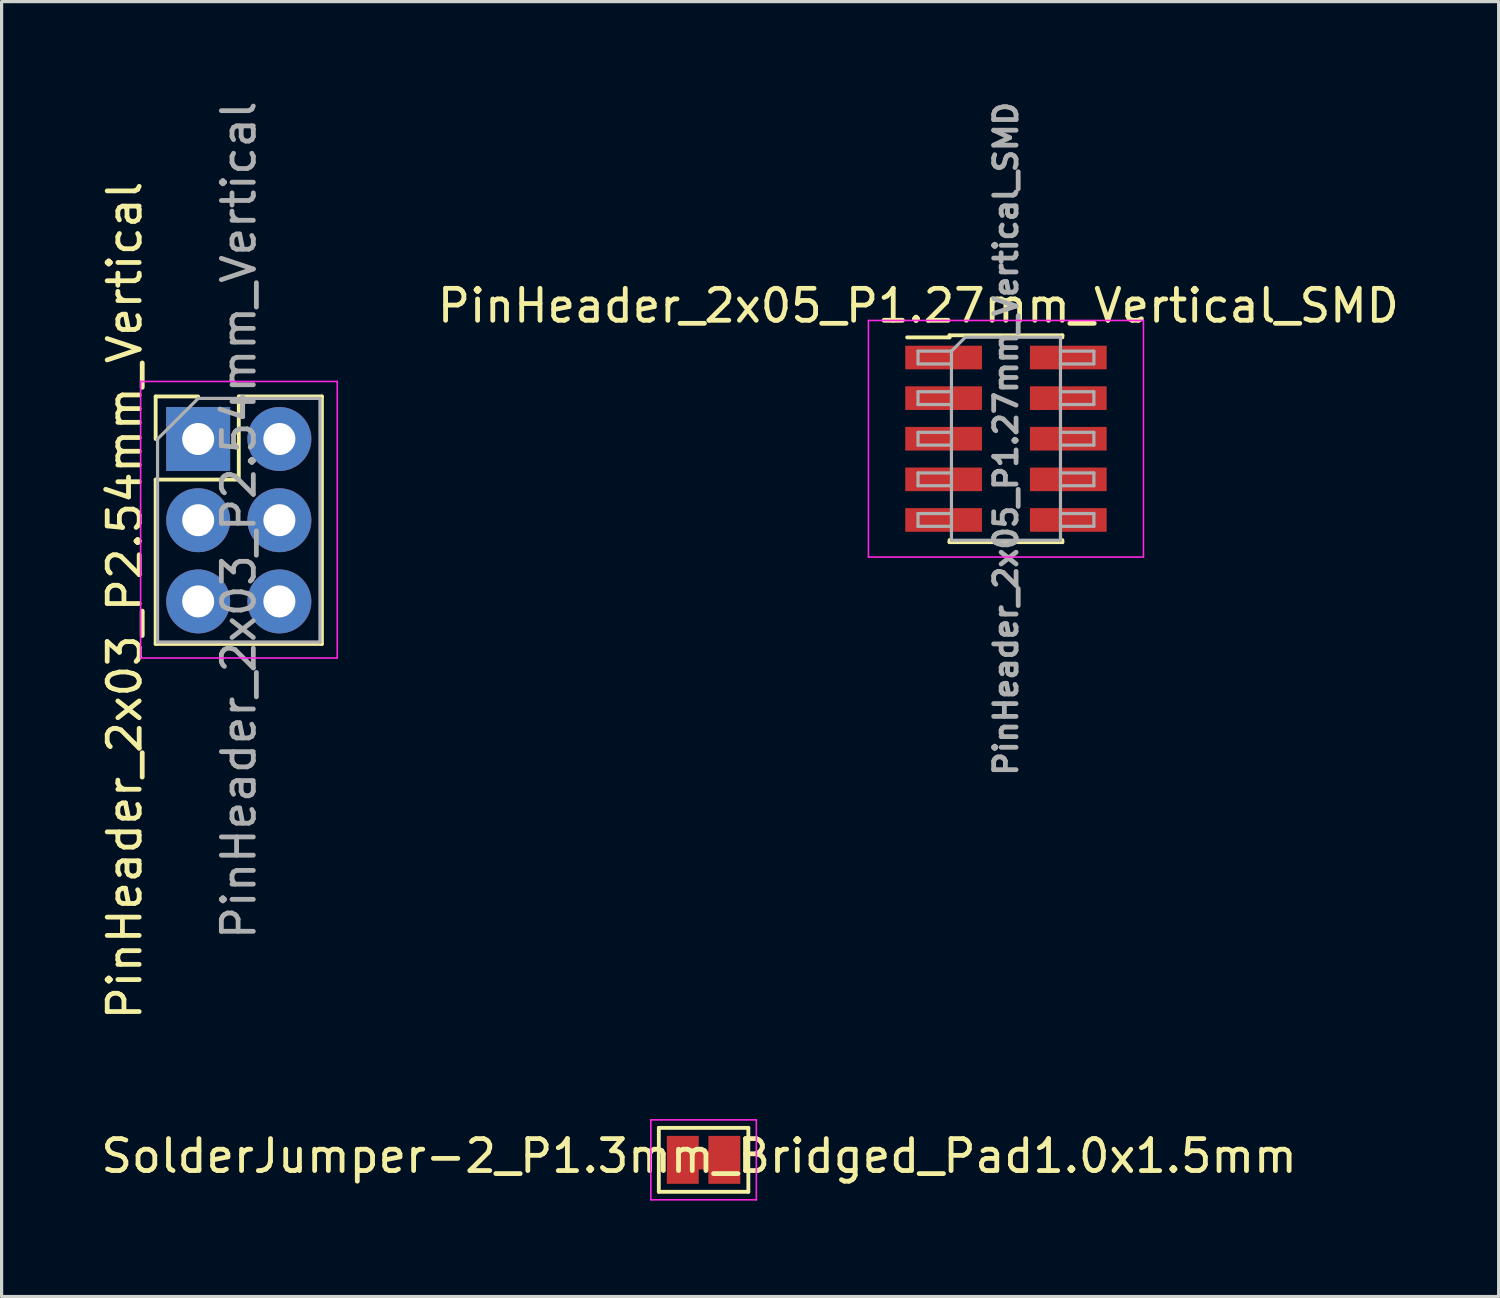
<source format=kicad_pcb>
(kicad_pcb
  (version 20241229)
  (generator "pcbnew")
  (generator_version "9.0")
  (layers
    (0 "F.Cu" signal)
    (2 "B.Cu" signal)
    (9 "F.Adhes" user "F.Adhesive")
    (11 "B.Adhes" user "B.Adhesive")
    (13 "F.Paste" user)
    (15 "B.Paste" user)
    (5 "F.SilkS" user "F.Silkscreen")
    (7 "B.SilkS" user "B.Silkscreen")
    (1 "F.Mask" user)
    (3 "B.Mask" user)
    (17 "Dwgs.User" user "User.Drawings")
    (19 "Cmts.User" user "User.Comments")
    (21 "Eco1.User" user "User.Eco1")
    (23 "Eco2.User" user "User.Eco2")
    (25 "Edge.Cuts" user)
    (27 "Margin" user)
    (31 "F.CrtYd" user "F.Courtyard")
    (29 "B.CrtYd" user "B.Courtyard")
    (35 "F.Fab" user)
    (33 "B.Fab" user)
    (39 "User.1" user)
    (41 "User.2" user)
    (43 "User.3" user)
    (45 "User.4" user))
  (footprint "PinHeader_2x05_P1.27mm_Vertical_SMD"
    (layer "F.Cu")
    (at 28.412 10.672)
    (property "Reference" "PinHeader_2x05_P1.27mm_Vertical_SMD" (at -2.74 -4.16 0) (layer "F.SilkS") (effects (font (size 1 1) (thickness 0.15))))
    (attr smd)
    (fp_line (start -3.09 -3.17) (end -1.765 -3.17) (stroke (width 0.12) (type solid)) (layer "F.SilkS"))
    (fp_line (start -1.765 -3.235) (end -1.765 -3.17) (stroke (width 0.12) (type solid)) (layer "F.SilkS"))
    (fp_line (start -1.765 -3.235) (end 1.765 -3.235) (stroke (width 0.12) (type solid)) (layer "F.SilkS"))
    (fp_line (start -1.765 3.17) (end -1.765 3.235) (stroke (width 0.12) (type solid)) (layer "F.SilkS"))
    (fp_line (start -1.765 3.235) (end 1.765 3.235) (stroke (width 0.12) (type solid)) (layer "F.SilkS"))
    (fp_line (start 1.765 -3.235) (end 1.765 -3.17) (stroke (width 0.12) (type solid)) (layer "F.SilkS"))
    (fp_line (start 1.765 3.17) (end 1.765 3.235) (stroke (width 0.12) (type solid)) (layer "F.SilkS"))
    (fp_line (start -4.3 -3.7) (end -4.3 3.7) (stroke (width 0.05) (type solid)) (layer "F.CrtYd"))
    (fp_line (start -4.3 3.7) (end 4.3 3.7) (stroke (width 0.05) (type solid)) (layer "F.CrtYd"))
    (fp_line (start 4.3 -3.7) (end -4.3 -3.7) (stroke (width 0.05) (type solid)) (layer "F.CrtYd"))
    (fp_line (start 4.3 3.7) (end 4.3 -3.7) (stroke (width 0.05) (type solid)) (layer "F.CrtYd"))
    (fp_line (start -2.75 -2.74) (end -2.75 -2.34) (stroke (width 0.1) (type solid)) (layer "F.Fab"))
    (fp_line (start -2.75 -2.34) (end -1.705 -2.34) (stroke (width 0.1) (type solid)) (layer "F.Fab"))
    (fp_line (start -2.75 -1.47) (end -2.75 -1.07) (stroke (width 0.1) (type solid)) (layer "F.Fab"))
    (fp_line (start -2.75 -1.07) (end -1.705 -1.07) (stroke (width 0.1) (type solid)) (layer "F.Fab"))
    (fp_line (start -2.75 -0.2) (end -2.75 0.2) (stroke (width 0.1) (type solid)) (layer "F.Fab"))
    (fp_line (start -2.75 0.2) (end -1.705 0.2) (stroke (width 0.1) (type solid)) (layer "F.Fab"))
    (fp_line (start -2.75 1.07) (end -2.75 1.47) (stroke (width 0.1) (type solid)) (layer "F.Fab"))
    (fp_line (start -2.75 1.47) (end -1.705 1.47) (stroke (width 0.1) (type solid)) (layer "F.Fab"))
    (fp_line (start -2.75 2.34) (end -2.75 2.74) (stroke (width 0.1) (type solid)) (layer "F.Fab"))
    (fp_line (start -2.75 2.74) (end -1.705 2.74) (stroke (width 0.1) (type solid)) (layer "F.Fab"))
    (fp_line (start -1.705 -2.74) (end -2.75 -2.74) (stroke (width 0.1) (type solid)) (layer "F.Fab"))
    (fp_line (start -1.705 -2.74) (end -1.27 -3.175) (stroke (width 0.1) (type solid)) (layer "F.Fab"))
    (fp_line (start -1.705 -1.47) (end -2.75 -1.47) (stroke (width 0.1) (type solid)) (layer "F.Fab"))
    (fp_line (start -1.705 -0.2) (end -2.75 -0.2) (stroke (width 0.1) (type solid)) (layer "F.Fab"))
    (fp_line (start -1.705 1.07) (end -2.75 1.07) (stroke (width 0.1) (type solid)) (layer "F.Fab"))
    (fp_line (start -1.705 2.34) (end -2.75 2.34) (stroke (width 0.1) (type solid)) (layer "F.Fab"))
    (fp_line (start -1.705 3.175) (end -1.705 -2.74) (stroke (width 0.1) (type solid)) (layer "F.Fab"))
    (fp_line (start -1.27 -3.175) (end 1.705 -3.175) (stroke (width 0.1) (type solid)) (layer "F.Fab"))
    (fp_line (start 1.705 -3.175) (end 1.705 3.175) (stroke (width 0.1) (type solid)) (layer "F.Fab"))
    (fp_line (start 1.705 -2.74) (end 2.75 -2.74) (stroke (width 0.1) (type solid)) (layer "F.Fab"))
    (fp_line (start 1.705 -1.47) (end 2.75 -1.47) (stroke (width 0.1) (type solid)) (layer "F.Fab"))
    (fp_line (start 1.705 -0.2) (end 2.75 -0.2) (stroke (width 0.1) (type solid)) (layer "F.Fab"))
    (fp_line (start 1.705 1.07) (end 2.75 1.07) (stroke (width 0.1) (type solid)) (layer "F.Fab"))
    (fp_line (start 1.705 2.34) (end 2.75 2.34) (stroke (width 0.1) (type solid)) (layer "F.Fab"))
    (fp_line (start 1.705 3.175) (end -1.705 3.175) (stroke (width 0.1) (type solid)) (layer "F.Fab"))
    (fp_line (start 2.75 -2.74) (end 2.75 -2.34) (stroke (width 0.1) (type solid)) (layer "F.Fab"))
    (fp_line (start 2.75 -2.34) (end 1.705 -2.34) (stroke (width 0.1) (type solid)) (layer "F.Fab"))
    (fp_line (start 2.75 -1.47) (end 2.75 -1.07) (stroke (width 0.1) (type solid)) (layer "F.Fab"))
    (fp_line (start 2.75 -1.07) (end 1.705 -1.07) (stroke (width 0.1) (type solid)) (layer "F.Fab"))
    (fp_line (start 2.75 -0.2) (end 2.75 0.2) (stroke (width 0.1) (type solid)) (layer "F.Fab"))
    (fp_line (start 2.75 0.2) (end 1.705 0.2) (stroke (width 0.1) (type solid)) (layer "F.Fab"))
    (fp_line (start 2.75 1.07) (end 2.75 1.47) (stroke (width 0.1) (type solid)) (layer "F.Fab"))
    (fp_line (start 2.75 1.47) (end 1.705 1.47) (stroke (width 0.1) (type solid)) (layer "F.Fab"))
    (fp_line (start 2.75 2.34) (end 2.75 2.74) (stroke (width 0.1) (type solid)) (layer "F.Fab"))
    (fp_line (start 2.75 2.74) (end 1.705 2.74) (stroke (width 0.1) (type solid)) (layer "F.Fab"))
    (fp_text user "${REFERENCE}" (at 0 0 90) (layer "F.Fab") (effects (font (size 0.7 0.7) (thickness 0.15))))
    (pad "1" smd rect (at -1.95 -2.54) (size 2.4 0.74) (layers "F.Cu" "F.Mask" "F.Paste"))
    (pad "2" smd rect (at 1.95 -2.54) (size 2.4 0.74) (layers "F.Cu" "F.Mask" "F.Paste"))
    (pad "3" smd rect (at -1.95 -1.27) (size 2.4 0.74) (layers "F.Cu" "F.Mask" "F.Paste"))
    (pad "4" smd rect (at 1.95 -1.27) (size 2.4 0.74) (layers "F.Cu" "F.Mask" "F.Paste"))
    (pad "5" smd rect (at -1.95 0) (size 2.4 0.74) (layers "F.Cu" "F.Mask" "F.Paste"))
    (pad "6" smd rect (at 1.95 0) (size 2.4 0.74) (layers "F.Cu" "F.Mask" "F.Paste"))
    (pad "7" smd rect (at -1.95 1.27) (size 2.4 0.74) (layers "F.Cu" "F.Mask" "F.Paste"))
    (pad "8" smd rect (at 1.95 1.27) (size 2.4 0.74) (layers "F.Cu" "F.Mask" "F.Paste"))
    (pad "9" smd rect (at -1.95 2.54) (size 2.4 0.74) (layers "F.Cu" "F.Mask" "F.Paste"))
    (pad "10" smd rect (at 1.95 2.54) (size 2.4 0.74) (layers "F.Cu" "F.Mask" "F.Paste")))
  (footprint "SolderJumper-2_P1.3mm_Bridged_Pad1.0x1.5mm"
    (layer "F.Cu")
    (at 18.955 33.225)
    (property "Reference" "SolderJumper-2_P1.3mm_Bridged_Pad1.0x1.5mm" (at -0.14 -0.12 0) (layer "F.SilkS") (effects (font (size 1 1) (thickness 0.15))))
    (attr exclude_from_pos_files exclude_from_bom)
    (fp_line (start -1.4 -1) (end 1.4 -1) (stroke (width 0.12) (type solid)) (layer "F.SilkS"))
    (fp_line (start -1.4 1) (end -1.4 -1) (stroke (width 0.12) (type solid)) (layer "F.SilkS"))
    (fp_line (start 1.4 -1) (end 1.4 1) (stroke (width 0.12) (type solid)) (layer "F.SilkS"))
    (fp_line (start 1.4 1) (end -1.4 1) (stroke (width 0.12) (type solid)) (layer "F.SilkS"))
    (fp_line (start -1.65 -1.25) (end -1.65 1.25) (stroke (width 0.05) (type solid)) (layer "F.CrtYd"))
    (fp_line (start -1.65 -1.25) (end 1.65 -1.25) (stroke (width 0.05) (type solid)) (layer "F.CrtYd"))
    (fp_line (start 1.65 1.25) (end -1.65 1.25) (stroke (width 0.05) (type solid)) (layer "F.CrtYd"))
    (fp_line (start 1.65 1.25) (end 1.65 -1.25) (stroke (width 0.05) (type solid)) (layer "F.CrtYd"))
    (pad "1" smd rect (at -0.65 0) (size 1 1.5) (layers "F.Cu" "F.Mask"))
    (pad "1" smd rect (at 0 0) (size 0.5 0.6) (layers "F.Cu" "F.Mask"))
    (pad "2" smd rect (at 0.65 0) (size 1 1.5) (layers "F.Cu" "F.Mask")))
  (footprint "PinHeader_2x03_P2.54mm_Vertical"
    (layer "F.Cu")
    (at 3.148 10.68)
    (property "Reference" "PinHeader_2x03_P2.54mm_Vertical" (at -2.3 5.05 90) (layer "F.SilkS") (effects (font (size 1 1) (thickness 0.15))))
    (attr through_hole)
    (fp_line (start -1.33 -1.33) (end 0 -1.33) (stroke (width 0.12) (type solid)) (layer "F.SilkS"))
    (fp_line (start -1.33 0) (end -1.33 -1.33) (stroke (width 0.12) (type solid)) (layer "F.SilkS"))
    (fp_line (start -1.33 1.27) (end -1.33 6.41) (stroke (width 0.12) (type solid)) (layer "F.SilkS"))
    (fp_line (start -1.33 1.27) (end 1.27 1.27) (stroke (width 0.12) (type solid)) (layer "F.SilkS"))
    (fp_line (start -1.33 6.41) (end 3.87 6.41) (stroke (width 0.12) (type solid)) (layer "F.SilkS"))
    (fp_line (start 1.27 -1.33) (end 3.87 -1.33) (stroke (width 0.12) (type solid)) (layer "F.SilkS"))
    (fp_line (start 1.27 1.27) (end 1.27 -1.33) (stroke (width 0.12) (type solid)) (layer "F.SilkS"))
    (fp_line (start 3.87 -1.33) (end 3.87 6.41) (stroke (width 0.12) (type solid)) (layer "F.SilkS"))
    (fp_line (start -1.8 -1.8) (end -1.8 6.85) (stroke (width 0.05) (type solid)) (layer "F.CrtYd"))
    (fp_line (start -1.8 6.85) (end 4.35 6.85) (stroke (width 0.05) (type solid)) (layer "F.CrtYd"))
    (fp_line (start 4.35 -1.8) (end -1.8 -1.8) (stroke (width 0.05) (type solid)) (layer "F.CrtYd"))
    (fp_line (start 4.35 6.85) (end 4.35 -1.8) (stroke (width 0.05) (type solid)) (layer "F.CrtYd"))
    (fp_line (start -1.27 0) (end 0 -1.27) (stroke (width 0.1) (type solid)) (layer "F.Fab"))
    (fp_line (start -1.27 6.35) (end -1.27 0) (stroke (width 0.1) (type solid)) (layer "F.Fab"))
    (fp_line (start 0 -1.27) (end 3.81 -1.27) (stroke (width 0.1) (type solid)) (layer "F.Fab"))
    (fp_line (start 3.81 -1.27) (end 3.81 6.35) (stroke (width 0.1) (type solid)) (layer "F.Fab"))
    (fp_line (start 3.81 6.35) (end -1.27 6.35) (stroke (width 0.1) (type solid)) (layer "F.Fab"))
    (fp_text user "${REFERENCE}" (at 1.27 2.54 90) (layer "F.Fab") (effects (font (size 1 1) (thickness 0.15))))
    (pad "1" thru_hole rect (at 0 0) (size 2 2) (drill 1) (layers "*.Cu" "*.Mask"))
    (pad "2" thru_hole oval (at 2.54 0) (size 2 2) (drill 1) (layers "*.Cu" "*.Mask"))
    (pad "3" thru_hole oval (at 0 2.54) (size 2 2) (drill 1) (layers "*.Cu" "*.Mask"))
    (pad "4" thru_hole oval (at 2.54 2.54) (size 2 2) (drill 1) (layers "*.Cu" "*.Mask"))
    (pad "5" thru_hole oval (at 0 5.08) (size 2 2) (drill 1) (layers "*.Cu" "*.Mask"))
    (pad "6" thru_hole oval (at 2.54 5.08) (size 2 2) (drill 1) (layers "*.Cu" "*.Mask")))
  (gr_rect
    (start -3 -3)
    (end 43.821 37.5)
    (stroke (width 0.1) (type default))
    (fill no)
    (layer "Edge.Cuts")))
</source>
